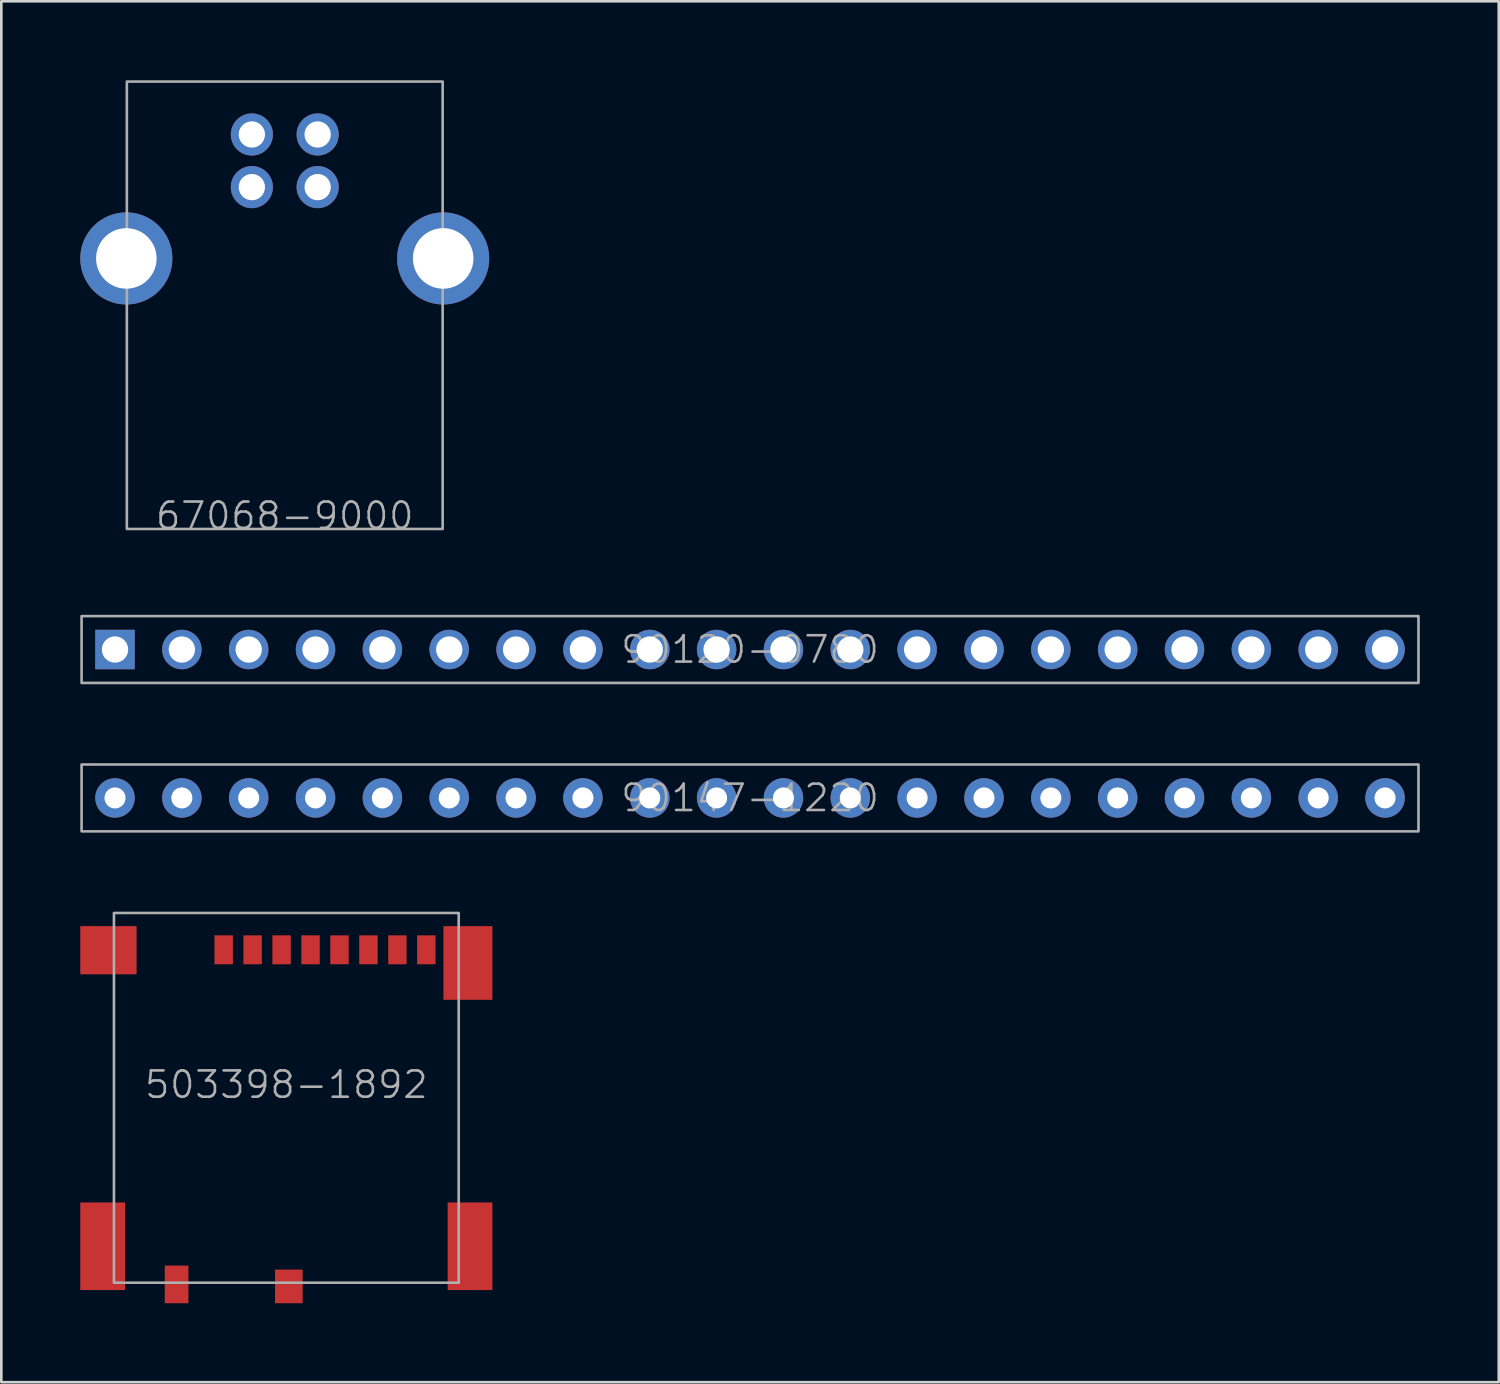
<source format=kicad_pcb>
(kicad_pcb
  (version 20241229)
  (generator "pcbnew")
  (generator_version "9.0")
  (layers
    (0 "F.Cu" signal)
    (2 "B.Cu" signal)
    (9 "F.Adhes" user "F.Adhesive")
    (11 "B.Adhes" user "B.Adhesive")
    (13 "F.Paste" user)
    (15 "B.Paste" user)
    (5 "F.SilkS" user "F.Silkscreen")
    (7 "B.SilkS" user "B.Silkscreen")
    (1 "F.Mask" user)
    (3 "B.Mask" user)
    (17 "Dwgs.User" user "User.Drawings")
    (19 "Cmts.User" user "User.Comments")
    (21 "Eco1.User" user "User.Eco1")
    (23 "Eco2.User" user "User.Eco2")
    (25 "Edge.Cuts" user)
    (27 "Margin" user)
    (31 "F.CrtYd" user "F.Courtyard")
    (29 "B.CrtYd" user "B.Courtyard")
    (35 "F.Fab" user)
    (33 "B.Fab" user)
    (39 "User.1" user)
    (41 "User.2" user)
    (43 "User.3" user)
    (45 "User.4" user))
  (footprint "90147-1220"
    (layer "F.Cu")
    (at 25.45 27.27)
    (property "Reference" "90147-1220" (at 0 0 0) (unlocked yes) (layer "F.Fab") (effects (font (size 1 1) (thickness 0.1))))
    (attr through_hole)
    (fp_rect (start -25.4 -1.27) (end 25.4 1.27) (stroke (width 0.1) (type default)) (fill no) (layer "F.Fab"))
    (pad "1" thru_hole circle (at -24.13 0) (size 1.5 1.5) (drill 0.8) (layers "*.Cu" "*.Mask"))
    (pad "2" thru_hole circle (at -21.59 0) (size 1.5 1.5) (drill 0.8) (layers "*.Cu" "*.Mask"))
    (pad "3" thru_hole circle (at -19.05 0) (size 1.5 1.5) (drill 0.8) (layers "*.Cu" "*.Mask"))
    (pad "4" thru_hole circle (at -16.51 0) (size 1.5 1.5) (drill 0.8) (layers "*.Cu" "*.Mask"))
    (pad "5" thru_hole circle (at -13.97 0) (size 1.5 1.5) (drill 0.8) (layers "*.Cu" "*.Mask"))
    (pad "6" thru_hole circle (at -11.43 0) (size 1.5 1.5) (drill 0.8) (layers "*.Cu" "*.Mask"))
    (pad "7" thru_hole circle (at -8.89 0) (size 1.5 1.5) (drill 0.8) (layers "*.Cu" "*.Mask"))
    (pad "8" thru_hole circle (at -6.35 0) (size 1.5 1.5) (drill 0.8) (layers "*.Cu" "*.Mask"))
    (pad "9" thru_hole circle (at -3.81 0) (size 1.5 1.5) (drill 0.8) (layers "*.Cu" "*.Mask"))
    (pad "10" thru_hole circle (at -1.27 0) (size 1.5 1.5) (drill 0.8) (layers "*.Cu" "*.Mask"))
    (pad "11" thru_hole circle (at 1.27 0) (size 1.5 1.5) (drill 0.8) (layers "*.Cu" "*.Mask"))
    (pad "12" thru_hole circle (at 3.81 0) (size 1.5 1.5) (drill 0.8) (layers "*.Cu" "*.Mask"))
    (pad "13" thru_hole circle (at 6.35 0) (size 1.5 1.5) (drill 0.8) (layers "*.Cu" "*.Mask"))
    (pad "14" thru_hole circle (at 8.89 0) (size 1.5 1.5) (drill 0.8) (layers "*.Cu" "*.Mask"))
    (pad "15" thru_hole circle (at 11.43 0) (size 1.5 1.5) (drill 0.8) (layers "*.Cu" "*.Mask"))
    (pad "16" thru_hole circle (at 13.97 0) (size 1.5 1.5) (drill 0.8) (layers "*.Cu" "*.Mask"))
    (pad "17" thru_hole circle (at 16.51 0) (size 1.5 1.5) (drill 0.8) (layers "*.Cu" "*.Mask"))
    (pad "18" thru_hole circle (at 19.05 0) (size 1.5 1.5) (drill 0.8) (layers "*.Cu" "*.Mask"))
    (pad "19" thru_hole circle (at 21.59 0) (size 1.5 1.5) (drill 0.8) (layers "*.Cu" "*.Mask"))
    (pad "20" thru_hole circle (at 24.13 0) (size 1.5 1.5) (drill 0.8) (layers "*.Cu" "*.Mask")))
  (footprint "90120-0780"
    (layer "F.Cu")
    (at 25.45 21.631)
    (property "Reference" "90120-0780" (at 0 0 0) (unlocked yes) (layer "F.Fab") (effects (font (size 1 1) (thickness 0.1))))
    (attr through_hole)
    (fp_rect (start -25.4 -1.27) (end 25.4 1.27) (stroke (width 0.1) (type default)) (fill no) (layer "F.Fab"))
    (pad "1" thru_hole rect (at -24.13 0) (size 1.5 1.5) (drill 1) (layers "*.Cu" "*.Mask"))
    (pad "2" thru_hole circle (at -21.59 0) (size 1.5 1.5) (drill 1) (layers "*.Cu" "*.Mask"))
    (pad "3" thru_hole circle (at -19.05 0) (size 1.5 1.5) (drill 1) (layers "*.Cu" "*.Mask"))
    (pad "4" thru_hole circle (at -16.51 0) (size 1.5 1.5) (drill 1) (layers "*.Cu" "*.Mask"))
    (pad "5" thru_hole circle (at -13.97 0) (size 1.5 1.5) (drill 1) (layers "*.Cu" "*.Mask"))
    (pad "6" thru_hole circle (at -11.43 0) (size 1.5 1.5) (drill 1) (layers "*.Cu" "*.Mask"))
    (pad "7" thru_hole circle (at -8.89 0) (size 1.5 1.5) (drill 1) (layers "*.Cu" "*.Mask"))
    (pad "8" thru_hole circle (at -6.35 0) (size 1.5 1.5) (drill 1) (layers "*.Cu" "*.Mask"))
    (pad "9" thru_hole circle (at -3.81 0) (size 1.5 1.5) (drill 1) (layers "*.Cu" "*.Mask"))
    (pad "10" thru_hole circle (at -1.27 0) (size 1.5 1.5) (drill 1) (layers "*.Cu" "*.Mask"))
    (pad "11" thru_hole circle (at 1.27 0) (size 1.5 1.5) (drill 1) (layers "*.Cu" "*.Mask"))
    (pad "12" thru_hole circle (at 3.81 0) (size 1.5 1.5) (drill 1) (layers "*.Cu" "*.Mask"))
    (pad "13" thru_hole circle (at 6.35 0) (size 1.5 1.5) (drill 1) (layers "*.Cu" "*.Mask"))
    (pad "14" thru_hole circle (at 8.89 0) (size 1.5 1.5) (drill 1) (layers "*.Cu" "*.Mask"))
    (pad "15" thru_hole circle (at 11.43 0) (size 1.5 1.5) (drill 1) (layers "*.Cu" "*.Mask"))
    (pad "16" thru_hole circle (at 13.97 0) (size 1.5 1.5) (drill 1) (layers "*.Cu" "*.Mask"))
    (pad "17" thru_hole circle (at 16.51 0) (size 1.5 1.5) (drill 1) (layers "*.Cu" "*.Mask"))
    (pad "18" thru_hole circle (at 19.05 0) (size 1.5 1.5) (drill 1) (layers "*.Cu" "*.Mask"))
    (pad "19" thru_hole circle (at 21.59 0) (size 1.5 1.5) (drill 1) (layers "*.Cu" "*.Mask"))
    (pad "20" thru_hole circle (at 24.13 0) (size 1.5 1.5) (drill 1) (layers "*.Cu" "*.Mask")))
  (footprint "67068-9000"
    (layer "F.Cu")
    (at 7.77 17.05)
    (property "Reference" "67068-9000" (at 0 -0.5 0) (unlocked yes) (layer "F.Fab") (effects (font (size 1 1) (thickness 0.1))))
    (attr through_hole)
    (fp_rect (start -6 0) (end 6 -17) (stroke (width 0.1) (type default)) (fill no) (layer "F.Fab"))
    (pad "1" thru_hole circle (at 1.25 -14.99) (size 1.6 1.6) (drill 1) (layers "*.Cu" "*.Mask"))
    (pad "2" thru_hole circle (at -1.25 -14.99) (size 1.6 1.6) (drill 1) (layers "*.Cu" "*.Mask"))
    (pad "3" thru_hole circle (at -1.25 -12.99) (size 1.6 1.6) (drill 1) (layers "*.Cu" "*.Mask"))
    (pad "4" thru_hole circle (at 1.25 -12.99) (size 1.6 1.6) (drill 1) (layers "*.Cu" "*.Mask"))
    (pad "5" thru_hole circle (at -6.02 -10.28) (size 3.5 3.5) (drill 2.3) (layers "*.Cu" "*.Mask"))
    (pad "5" thru_hole circle (at 6.02 -10.28) (size 3.5 3.5) (drill 2.3) (layers "*.Cu" "*.Mask")))
  (footprint "503398-1892"
    (layer "F.Cu")
    (at 7.83 38.666)
    (property "Reference" "503398-1892" (at 0 -0.5 0) (unlocked yes) (layer "F.Fab") (effects (font (size 1 1) (thickness 0.1))))
    (attr smd)
    (fp_rect (start -6.55 7.025) (end 6.55 -7.025) (stroke (width 0.1) (type default)) (fill no) (layer "F.Fab"))
    (pad "1" smd rect (at 5.32 -5.625) (size 0.7 1.1) (layers "F.Cu" "F.Mask" "F.Paste"))
    (pad "2" smd rect (at 4.22 -5.625) (size 0.7 1.1) (layers "F.Cu" "F.Mask" "F.Paste"))
    (pad "3" smd rect (at 3.12 -5.625) (size 0.7 1.1) (layers "F.Cu" "F.Mask" "F.Paste"))
    (pad "4" smd rect (at 2.02 -5.625) (size 0.7 1.1) (layers "F.Cu" "F.Mask" "F.Paste"))
    (pad "5" smd rect (at 0.92 -5.625) (size 0.7 1.1) (layers "F.Cu" "F.Mask" "F.Paste"))
    (pad "6" smd rect (at -0.18 -5.625) (size 0.7 1.1) (layers "F.Cu" "F.Mask" "F.Paste"))
    (pad "7" smd rect (at -1.28 -5.625) (size 0.7 1.1) (layers "F.Cu" "F.Mask" "F.Paste"))
    (pad "8" smd rect (at -2.38 -5.625) (size 0.7 1.1) (layers "F.Cu" "F.Mask" "F.Paste"))
    (pad "9" smd rect (at 0.095 7.165) (size 1.05 1.28) (layers "F.Cu" "F.Mask" "F.Paste"))
    (pad "10" smd rect (at -4.17 7.09) (size 0.9 1.43) (layers "F.Cu" "F.Mask" "F.Paste"))
    (pad "11" smd rect (at -6.98 5.64) (size 1.7 3.33) (layers "F.Cu" "F.Mask" "F.Paste"))
    (pad "11" smd rect (at -6.76 -5.61) (size 2.14 1.83) (layers "F.Cu" "F.Mask" "F.Paste"))
    (pad "11" smd rect (at 6.9 -5.125) (size 1.86 2.8) (layers "F.Cu" "F.Mask" "F.Paste"))
    (pad "11" smd rect (at 6.98 5.64) (size 1.7 3.33) (layers "F.Cu" "F.Mask" "F.Paste")))
  (gr_rect
    (start -3 -3)
    (end 53.9 49.471)
    (stroke (width 0.1) (type default))
    (fill no)
    (layer "Edge.Cuts")))
</source>
